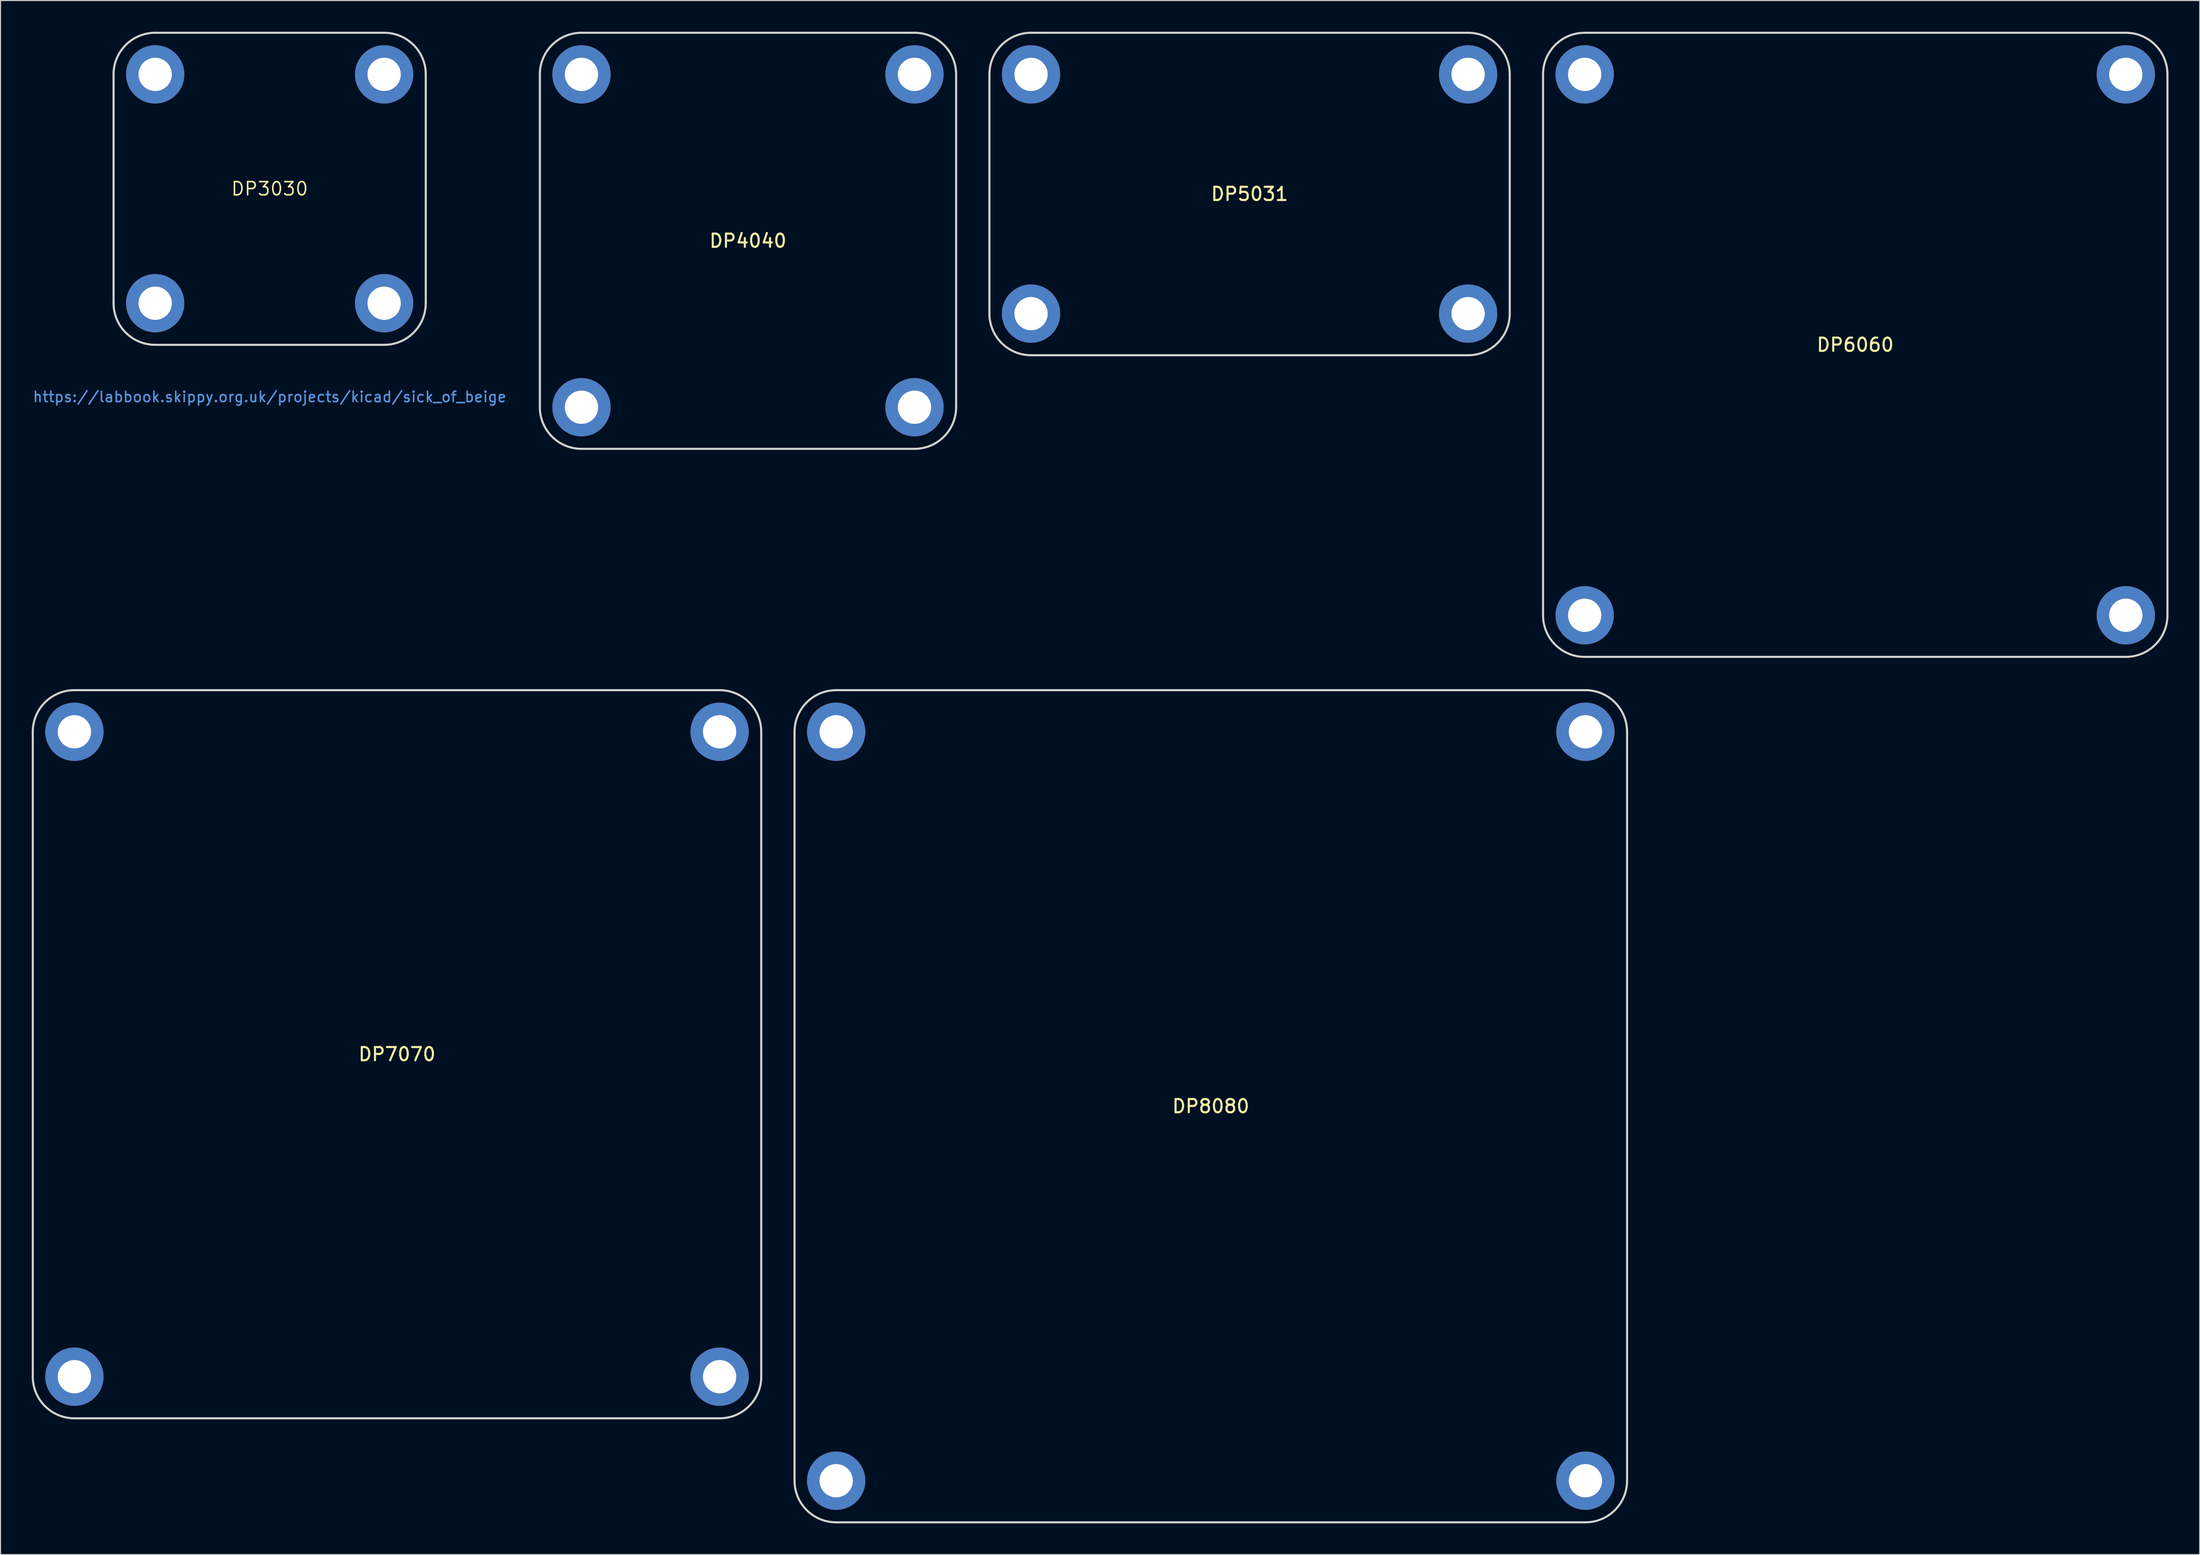
<source format=kicad_pcb>
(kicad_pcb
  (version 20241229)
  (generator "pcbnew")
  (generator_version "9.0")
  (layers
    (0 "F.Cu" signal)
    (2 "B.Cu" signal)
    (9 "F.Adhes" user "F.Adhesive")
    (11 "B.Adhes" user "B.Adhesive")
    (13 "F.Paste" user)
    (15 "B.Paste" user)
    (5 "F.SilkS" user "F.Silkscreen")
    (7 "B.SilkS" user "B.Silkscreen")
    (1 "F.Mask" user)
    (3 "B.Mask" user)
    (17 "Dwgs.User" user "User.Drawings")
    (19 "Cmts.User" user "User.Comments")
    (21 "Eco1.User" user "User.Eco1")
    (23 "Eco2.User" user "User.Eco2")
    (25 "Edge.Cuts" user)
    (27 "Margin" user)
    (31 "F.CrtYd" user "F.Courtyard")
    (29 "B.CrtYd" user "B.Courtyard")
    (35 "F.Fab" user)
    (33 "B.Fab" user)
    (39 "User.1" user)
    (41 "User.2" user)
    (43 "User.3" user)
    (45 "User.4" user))
  (footprint "DP5031"
    (layer "F.Cu")
    (at 117.026 15.6)
    (property "Reference" "DP5031" (at 0 0 0) (layer "F.SilkS") (effects (font (size 1.27 1.27) (thickness 0.2))))
    (fp_line (start -25 11.5) (end -25 -11.5) (stroke (width 0.2) (type solid)) (layer "Edge.Cuts"))
    (fp_line (start -21 -15.5) (end 21 -15.5) (stroke (width 0.2) (type solid)) (layer "Edge.Cuts"))
    (fp_line (start 21 15.5) (end -21 15.5) (stroke (width 0.2) (type solid)) (layer "Edge.Cuts"))
    (fp_line (start 25 -11.5) (end 25 11.5) (stroke (width 0.2) (type solid)) (layer "Edge.Cuts"))
    (fp_arc (start -25 -11.5) (mid -23.828427 -14.328427) (end -21 -15.5) (stroke (width 0.2) (type solid)) (layer "Edge.Cuts"))
    (fp_arc (start -21 15.5) (mid -23.828427 14.328427) (end -25 11.5) (stroke (width 0.2) (type solid)) (layer "Edge.Cuts"))
    (fp_arc (start 21 -15.5) (mid 23.828427 -14.328427) (end 25 -11.5) (stroke (width 0.2) (type solid)) (layer "Edge.Cuts"))
    (fp_arc (start 25 11.5) (mid 23.828427 14.328427) (end 21 15.5) (stroke (width 0.2) (type solid)) (layer "Edge.Cuts"))
    (fp_circle (center -21 -11.5) (end -21 -11.5) (stroke (width 0.05) (type solid)) (fill no) (layer "F.CrtYd"))
    (fp_circle (center -21 11.5) (end -21 11.5) (stroke (width 0.05) (type solid)) (fill no) (layer "F.CrtYd"))
    (fp_circle (center 21 -11.5) (end 21 -11.5) (stroke (width 0.05) (type solid)) (fill no) (layer "F.CrtYd"))
    (fp_circle (center 21 11.5) (end 21 11.5) (stroke (width 0.05) (type solid)) (fill no) (layer "F.CrtYd"))
    (pad "1" thru_hole circle (at -21 -11.5) (size 3.6 3.6) (drill 3.2) (layers "*.Cu" "*.Mask"))
    (pad "1" connect circle (at -21 -11.5) (size 5.6 5.6) (layers "F.Cu" "F.Mask"))
    (pad "1" connect circle (at -21 -11.5) (size 5.6 5.6) (layers "B.Cu" "B.Mask"))
    (pad "1" thru_hole circle (at -21 11.5) (size 3.6 3.6) (drill 3.2) (layers "*.Cu" "*.Mask"))
    (pad "1" connect circle (at -21 11.5) (size 5.6 5.6) (layers "F.Cu" "F.Mask"))
    (pad "1" connect circle (at -21 11.5) (size 5.6 5.6) (layers "B.Cu" "B.Mask"))
    (pad "1" thru_hole circle (at 21 -11.5) (size 3.6 3.6) (drill 3.2) (layers "*.Cu" "*.Mask"))
    (pad "1" connect circle (at 21 -11.5) (size 5.6 5.6) (layers "F.Cu" "F.Mask"))
    (pad "1" connect circle (at 21 -11.5) (size 5.6 5.6) (layers "B.Cu" "B.Mask"))
    (pad "1" thru_hole circle (at 21 11.5) (size 3.6 3.6) (drill 3.2) (layers "*.Cu" "*.Mask"))
    (pad "1" connect circle (at 21 11.5) (size 5.6 5.6) (layers "F.Cu" "F.Mask"))
    (pad "1" connect circle (at 21 11.5) (size 5.6 5.6) (layers "B.Cu" "B.Mask")))
  (footprint "DP6060"
    (layer "F.Cu")
    (at 175.226 30.1)
    (property "Reference" "DP6060" (at 0 0 0) (layer "F.SilkS") (effects (font (size 1.27 1.27) (thickness 0.2))))
    (fp_line (start -30 26) (end -30 -26) (stroke (width 0.2) (type solid)) (layer "Edge.Cuts"))
    (fp_line (start -26 -30) (end 26 -30) (stroke (width 0.2) (type solid)) (layer "Edge.Cuts"))
    (fp_line (start 26 30) (end -26 30) (stroke (width 0.2) (type solid)) (layer "Edge.Cuts"))
    (fp_line (start 30 -26) (end 30 26) (stroke (width 0.2) (type solid)) (layer "Edge.Cuts"))
    (fp_arc (start -30 -26) (mid -28.828427 -28.828427) (end -26 -30) (stroke (width 0.2) (type solid)) (layer "Edge.Cuts"))
    (fp_arc (start -26 30) (mid -28.828427 28.828427) (end -30 26) (stroke (width 0.2) (type solid)) (layer "Edge.Cuts"))
    (fp_arc (start 26 -30) (mid 28.828427 -28.828427) (end 30 -26) (stroke (width 0.2) (type solid)) (layer "Edge.Cuts"))
    (fp_arc (start 30 26) (mid 28.828427 28.828427) (end 26 30) (stroke (width 0.2) (type solid)) (layer "Edge.Cuts"))
    (fp_circle (center -26 -26) (end -26 -26) (stroke (width 0.05) (type solid)) (fill no) (layer "F.CrtYd"))
    (fp_circle (center -26 26) (end -26 26) (stroke (width 0.05) (type solid)) (fill no) (layer "F.CrtYd"))
    (fp_circle (center 26 -26) (end 26 -26) (stroke (width 0.05) (type solid)) (fill no) (layer "F.CrtYd"))
    (fp_circle (center 26 26) (end 26 26) (stroke (width 0.05) (type solid)) (fill no) (layer "F.CrtYd"))
    (pad "1" thru_hole circle (at -26 -26) (size 3.6 3.6) (drill 3.2) (layers "*.Cu" "*.Mask"))
    (pad "1" connect circle (at -26 -26) (size 5.6 5.6) (layers "F.Cu" "F.Mask"))
    (pad "1" connect circle (at -26 -26) (size 5.6 5.6) (layers "B.Cu" "B.Mask"))
    (pad "1" thru_hole circle (at -26 26) (size 3.6 3.6) (drill 3.2) (layers "*.Cu" "*.Mask"))
    (pad "1" connect circle (at -26 26) (size 5.6 5.6) (layers "F.Cu" "F.Mask"))
    (pad "1" connect circle (at -26 26) (size 5.6 5.6) (layers "B.Cu" "B.Mask"))
    (pad "1" thru_hole circle (at 26 -26) (size 3.6 3.6) (drill 3.2) (layers "*.Cu" "*.Mask"))
    (pad "1" connect circle (at 26 -26) (size 5.6 5.6) (layers "F.Cu" "F.Mask"))
    (pad "1" connect circle (at 26 -26) (size 5.6 5.6) (layers "B.Cu" "B.Mask"))
    (pad "1" thru_hole circle (at 26 26) (size 3.6 3.6) (drill 3.2) (layers "*.Cu" "*.Mask"))
    (pad "1" connect circle (at 26 26) (size 5.6 5.6) (layers "F.Cu" "F.Mask"))
    (pad "1" connect circle (at 26 26) (size 5.6 5.6) (layers "B.Cu" "B.Mask")))
  (footprint "DP8080"
    (layer "F.Cu")
    (at 113.3 103.3)
    (property "Reference" "DP8080" (at 0 0 0) (layer "F.SilkS") (effects (font (size 1.27 1.27) (thickness 0.2))))
    (fp_line (start -40 36) (end -40 -36) (stroke (width 0.2) (type solid)) (layer "Edge.Cuts"))
    (fp_line (start -36 -40) (end 36 -40) (stroke (width 0.2) (type solid)) (layer "Edge.Cuts"))
    (fp_line (start 36 40) (end -36 40) (stroke (width 0.2) (type solid)) (layer "Edge.Cuts"))
    (fp_line (start 40 -36) (end 40 36) (stroke (width 0.2) (type solid)) (layer "Edge.Cuts"))
    (fp_arc (start -40 -36) (mid -38.828427 -38.828427) (end -36 -40) (stroke (width 0.2) (type solid)) (layer "Edge.Cuts"))
    (fp_arc (start -36 40) (mid -38.828427 38.828427) (end -40 36) (stroke (width 0.2) (type solid)) (layer "Edge.Cuts"))
    (fp_arc (start 36 -40) (mid 38.828427 -38.828427) (end 40 -36) (stroke (width 0.2) (type solid)) (layer "Edge.Cuts"))
    (fp_arc (start 40 36) (mid 38.828427 38.828427) (end 36 40) (stroke (width 0.2) (type solid)) (layer "Edge.Cuts"))
    (fp_circle (center -36 -36) (end -36 -36) (stroke (width 0.05) (type solid)) (fill no) (layer "F.CrtYd"))
    (fp_circle (center -36 36) (end -36 36) (stroke (width 0.05) (type solid)) (fill no) (layer "F.CrtYd"))
    (fp_circle (center 36 -36) (end 36 -36) (stroke (width 0.05) (type solid)) (fill no) (layer "F.CrtYd"))
    (fp_circle (center 36 36) (end 36 36) (stroke (width 0.05) (type solid)) (fill no) (layer "F.CrtYd"))
    (pad "1" thru_hole circle (at -36 -36) (size 3.6 3.6) (drill 3.2) (layers "*.Cu" "*.Mask"))
    (pad "1" connect circle (at -36 -36) (size 5.6 5.6) (layers "F.Cu" "F.Mask"))
    (pad "1" connect circle (at -36 -36) (size 5.6 5.6) (layers "B.Cu" "B.Mask"))
    (pad "1" thru_hole circle (at -36 36) (size 3.6 3.6) (drill 3.2) (layers "*.Cu" "*.Mask"))
    (pad "1" connect circle (at -36 36) (size 5.6 5.6) (layers "F.Cu" "F.Mask"))
    (pad "1" connect circle (at -36 36) (size 5.6 5.6) (layers "B.Cu" "B.Mask"))
    (pad "1" thru_hole circle (at 36 -36) (size 3.6 3.6) (drill 3.2) (layers "*.Cu" "*.Mask"))
    (pad "1" connect circle (at 36 -36) (size 5.6 5.6) (layers "F.Cu" "F.Mask"))
    (pad "1" connect circle (at 36 -36) (size 5.6 5.6) (layers "B.Cu" "B.Mask"))
    (pad "1" thru_hole circle (at 36 36) (size 3.6 3.6) (drill 3.2) (layers "*.Cu" "*.Mask"))
    (pad "1" connect circle (at 36 36) (size 5.6 5.6) (layers "F.Cu" "F.Mask"))
    (pad "1" connect circle (at 36 36) (size 5.6 5.6) (layers "B.Cu" "B.Mask")))
  (footprint "DP4040"
    (layer "F.Cu")
    (at 68.826 20.1)
    (property "Reference" "DP4040" (at 0 0 0) (layer "F.SilkS") (effects (font (size 1.27 1.27) (thickness 0.2))))
    (fp_line (start -20 16) (end -20 -16) (stroke (width 0.2) (type solid)) (layer "Edge.Cuts"))
    (fp_line (start -16 -20) (end 16 -20) (stroke (width 0.2) (type solid)) (layer "Edge.Cuts"))
    (fp_line (start 16 20) (end -16 20) (stroke (width 0.2) (type solid)) (layer "Edge.Cuts"))
    (fp_line (start 20 -16) (end 20 16) (stroke (width 0.2) (type solid)) (layer "Edge.Cuts"))
    (fp_arc (start -20 -16) (mid -18.828427 -18.828427) (end -16 -20) (stroke (width 0.2) (type solid)) (layer "Edge.Cuts"))
    (fp_arc (start -16 20) (mid -18.828427 18.828427) (end -20 16) (stroke (width 0.2) (type solid)) (layer "Edge.Cuts"))
    (fp_arc (start 16 -20) (mid 18.828427 -18.828427) (end 20 -16) (stroke (width 0.2) (type solid)) (layer "Edge.Cuts"))
    (fp_arc (start 20 16) (mid 18.828427 18.828427) (end 16 20) (stroke (width 0.2) (type solid)) (layer "Edge.Cuts"))
    (fp_circle (center -16 -16) (end -16 -16) (stroke (width 0.05) (type solid)) (fill no) (layer "F.CrtYd"))
    (fp_circle (center -16 16) (end -16 16) (stroke (width 0.05) (type solid)) (fill no) (layer "F.CrtYd"))
    (fp_circle (center 16 -16) (end 16 -16) (stroke (width 0.05) (type solid)) (fill no) (layer "F.CrtYd"))
    (fp_circle (center 16 16) (end 16 16) (stroke (width 0.05) (type solid)) (fill no) (layer "F.CrtYd"))
    (pad "1" thru_hole circle (at -16 -16) (size 3.6 3.6) (drill 3.2) (layers "*.Cu" "*.Mask"))
    (pad "1" connect circle (at -16 -16) (size 5.6 5.6) (layers "F.Cu" "F.Mask"))
    (pad "1" connect circle (at -16 -16) (size 5.6 5.6) (layers "B.Cu" "B.Mask"))
    (pad "1" thru_hole circle (at -16 16) (size 3.6 3.6) (drill 3.2) (layers "*.Cu" "*.Mask"))
    (pad "1" connect circle (at -16 16) (size 5.6 5.6) (layers "F.Cu" "F.Mask"))
    (pad "1" connect circle (at -16 16) (size 5.6 5.6) (layers "B.Cu" "B.Mask"))
    (pad "1" thru_hole circle (at 16 -16) (size 3.6 3.6) (drill 3.2) (layers "*.Cu" "*.Mask"))
    (pad "1" connect circle (at 16 -16) (size 5.6 5.6) (layers "F.Cu" "F.Mask"))
    (pad "1" connect circle (at 16 -16) (size 5.6 5.6) (layers "B.Cu" "B.Mask"))
    (pad "1" thru_hole circle (at 16 16) (size 3.6 3.6) (drill 3.2) (layers "*.Cu" "*.Mask"))
    (pad "1" connect circle (at 16 16) (size 5.6 5.6) (layers "F.Cu" "F.Mask"))
    (pad "1" connect circle (at 16 16) (size 5.6 5.6) (layers "B.Cu" "B.Mask")))
  (footprint "DP3030"
    (layer "F.Cu")
    (at 22.863 15.1)
    (property "Reference" "DP3030" (at 0 0 0) (layer "F.SilkS") (effects (font (size 1.27 1.27) (thickness 0.15))))
    (fp_line (start -15 11) (end -15 -11) (stroke (width 0.2) (type solid)) (layer "Edge.Cuts"))
    (fp_line (start -11 -15) (end 11 -15) (stroke (width 0.2) (type solid)) (layer "Edge.Cuts"))
    (fp_line (start 11 15) (end -11 15) (stroke (width 0.2) (type solid)) (layer "Edge.Cuts"))
    (fp_line (start 15 -11) (end 15 11) (stroke (width 0.2) (type solid)) (layer "Edge.Cuts"))
    (fp_arc (start -15 -11) (mid -13.828427 -13.828427) (end -11 -15) (stroke (width 0.2) (type solid)) (layer "Edge.Cuts"))
    (fp_arc (start -11 15) (mid -13.828427 13.828427) (end -15 11) (stroke (width 0.2) (type solid)) (layer "Edge.Cuts"))
    (fp_arc (start 11 -15) (mid 13.828427 -13.828427) (end 15 -11) (stroke (width 0.2) (type solid)) (layer "Edge.Cuts"))
    (fp_arc (start 15 11) (mid 13.828427 13.828427) (end 11 15) (stroke (width 0.2) (type solid)) (layer "Edge.Cuts"))
    (fp_circle (center -11 -11) (end -11 -11) (stroke (width 0.05) (type solid)) (fill no) (layer "F.CrtYd"))
    (fp_circle (center -11 11) (end -11 11) (stroke (width 0.05) (type solid)) (fill no) (layer "F.CrtYd"))
    (fp_circle (center 11 -11) (end 11 -11) (stroke (width 0.05) (type solid)) (fill no) (layer "F.CrtYd"))
    (fp_circle (center 11 11) (end 11 11) (stroke (width 0.05) (type solid)) (fill no) (layer "F.CrtYd"))
    (fp_text user "https://labbook.skippy.org.uk/projects/kicad/sick_of_beige" (at 0 20 0) (unlocked yes) (layer "Cmts.User") (effects (font (size 1 1) (thickness 0.15))))
    (pad "1" thru_hole circle (at -11 -11) (size 3.6 3.6) (drill 3.2) (layers "*.Cu" "*.Mask"))
    (pad "1" connect circle (at -11 -11) (size 5.6 5.6) (layers "F.Cu" "F.Mask"))
    (pad "1" connect circle (at -11 -11) (size 5.6 5.6) (layers "B.Cu" "B.Mask"))
    (pad "1" thru_hole circle (at -11 11) (size 3.6 3.6) (drill 3.2) (layers "*.Cu" "*.Mask"))
    (pad "1" connect circle (at -11 11) (size 5.6 5.6) (layers "F.Cu" "F.Mask"))
    (pad "1" connect circle (at -11 11) (size 5.6 5.6) (layers "B.Cu" "B.Mask"))
    (pad "1" thru_hole circle (at 11 -11) (size 3.6 3.6) (drill 3.2) (layers "*.Cu" "*.Mask"))
    (pad "1" connect circle (at 11 -11) (size 5.6 5.6) (layers "F.Cu" "F.Mask"))
    (pad "1" connect circle (at 11 -11) (size 5.6 5.6) (layers "B.Cu" "B.Mask"))
    (pad "1" thru_hole circle (at 11 11) (size 3.6 3.6) (drill 3.2) (layers "*.Cu" "*.Mask"))
    (pad "1" connect circle (at 11 11) (size 5.6 5.6) (layers "F.Cu" "F.Mask"))
    (pad "1" connect circle (at 11 11) (size 5.6 5.6) (layers "B.Cu" "B.Mask")))
  (footprint "DP7070"
    (layer "F.Cu")
    (at 35.1 98.3)
    (property "Reference" "DP7070" (at 0 0 0) (layer "F.SilkS") (effects (font (size 1.27 1.27) (thickness 0.2))))
    (fp_line (start -35 31) (end -35 -31) (stroke (width 0.2) (type solid)) (layer "Edge.Cuts"))
    (fp_line (start -31 -35) (end 31 -35) (stroke (width 0.2) (type solid)) (layer "Edge.Cuts"))
    (fp_line (start 31 35) (end -31 35) (stroke (width 0.2) (type solid)) (layer "Edge.Cuts"))
    (fp_line (start 35 -31) (end 35 31) (stroke (width 0.2) (type solid)) (layer "Edge.Cuts"))
    (fp_arc (start -35 -31) (mid -33.828427 -33.828427) (end -31 -35) (stroke (width 0.2) (type solid)) (layer "Edge.Cuts"))
    (fp_arc (start -31 35) (mid -33.828427 33.828427) (end -35 31) (stroke (width 0.2) (type solid)) (layer "Edge.Cuts"))
    (fp_arc (start 31 -35) (mid 33.828427 -33.828427) (end 35 -31) (stroke (width 0.2) (type solid)) (layer "Edge.Cuts"))
    (fp_arc (start 35 31) (mid 33.828427 33.828427) (end 31 35) (stroke (width 0.2) (type solid)) (layer "Edge.Cuts"))
    (fp_circle (center -31 -31) (end -31 -31) (stroke (width 0.05) (type solid)) (fill no) (layer "F.CrtYd"))
    (fp_circle (center -31 31) (end -31 31) (stroke (width 0.05) (type solid)) (fill no) (layer "F.CrtYd"))
    (fp_circle (center 31 -31) (end 31 -31) (stroke (width 0.05) (type solid)) (fill no) (layer "F.CrtYd"))
    (fp_circle (center 31 31) (end 31 31) (stroke (width 0.05) (type solid)) (fill no) (layer "F.CrtYd"))
    (pad "1" thru_hole circle (at -31 -31) (size 3.6 3.6) (drill 3.2) (layers "*.Cu" "*.Mask"))
    (pad "1" connect circle (at -31 -31) (size 5.6 5.6) (layers "F.Cu" "F.Mask"))
    (pad "1" connect circle (at -31 -31) (size 5.6 5.6) (layers "B.Cu" "B.Mask"))
    (pad "1" thru_hole circle (at -31 31) (size 3.6 3.6) (drill 3.2) (layers "*.Cu" "*.Mask"))
    (pad "1" connect circle (at -31 31) (size 5.6 5.6) (layers "F.Cu" "F.Mask"))
    (pad "1" connect circle (at -31 31) (size 5.6 5.6) (layers "B.Cu" "B.Mask"))
    (pad "1" thru_hole circle (at 31 -31) (size 3.6 3.6) (drill 3.2) (layers "*.Cu" "*.Mask"))
    (pad "1" connect circle (at 31 -31) (size 5.6 5.6) (layers "F.Cu" "F.Mask"))
    (pad "1" connect circle (at 31 -31) (size 5.6 5.6) (layers "B.Cu" "B.Mask"))
    (pad "1" thru_hole circle (at 31 31) (size 3.6 3.6) (drill 3.2) (layers "*.Cu" "*.Mask"))
    (pad "1" connect circle (at 31 31) (size 5.6 5.6) (layers "F.Cu" "F.Mask"))
    (pad "1" connect circle (at 31 31) (size 5.6 5.6) (layers "B.Cu" "B.Mask")))
  (gr_rect
    (start -3 -3)
    (end 208.326 146.4)
    (stroke (width 0.1) (type default))
    (fill no)
    (layer "Edge.Cuts")))
</source>
